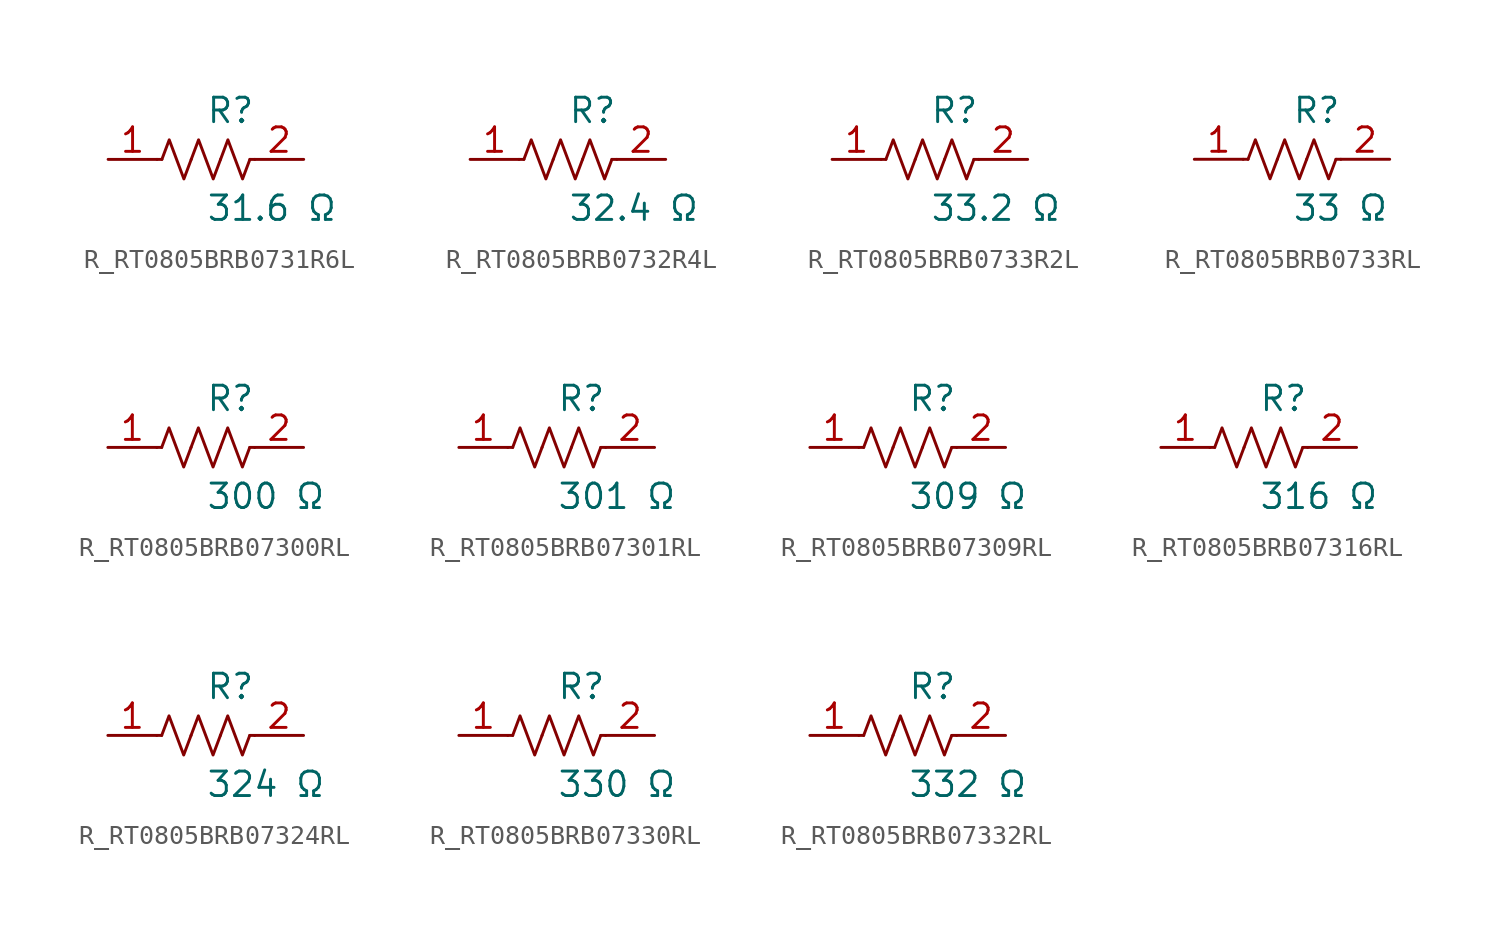
<source format=kicad_sym>
(kicad_symbol_lib
  (version 20231120)
  (generator kicad_symbol_editor)
  (generator_version 8.0)
  (symbol "R_RT0805BRB0731R6L"
    (pin_names
      (offset 0.254))
    (property "Reference" "R"
      (at 0.0 2.54 0)
      (effects (font (size 1.27 1.27)) (justify left)))
    (property "Value" "31.6 Ω"
      (at 0.0 -2.54 0)
      (effects (font (size 1.27 1.27)) (justify left)))
    (symbol "R_RT0805BRB0731R6L_0_1"
      (polyline (pts (xy 2.286 0) (xy 2.54 0)) (stroke (width 0) (type default)) (fill (type none)))
      (polyline (pts (xy -2.286 0) (xy -2.54 0)) (stroke (width 0) (type default)) (fill (type none)))
      (polyline (pts (xy 0.762 0) (xy 1.143 1.016) (xy 1.524 0) (xy 1.905 -1.016) (xy 2.286 0)) (stroke (width 0) (type default)) (fill (type none)))
      (polyline (pts (xy -0.762 0) (xy -0.381 1.016) (xy 0 0) (xy 0.381 -1.016) (xy 0.762 0)) (stroke (width 0) (type default)) (fill (type none)))
      (polyline (pts (xy -2.286 0) (xy -1.905 1.016) (xy -1.524 0) (xy -1.143 -1.016) (xy -0.762 0)) (stroke (width 0) (type default)) (fill (type none))))
    (pin unspecified line
      (at -5.08 0 0)
      (length 2.54)
      (name "" (effects (font (size 1.27 1.27))))
      (number "1" (effects (font (size 1.27 1.27)))))
    (pin unspecified line
      (at 5.08 0 180)
      (length 2.54)
      (name "" (effects (font (size 1.27 1.27))))
      (number "2" (effects (font (size 1.27 1.27))))))
  (symbol "R_RT0805BRB0732R4L"
    (pin_names
      (offset 0.254))
    (property "Reference" "R"
      (at 0.0 2.54 0)
      (effects (font (size 1.27 1.27)) (justify left)))
    (property "Value" "32.4 Ω"
      (at 0.0 -2.54 0)
      (effects (font (size 1.27 1.27)) (justify left)))
    (symbol "R_RT0805BRB0732R4L_0_1"
      (polyline (pts (xy 2.286 0) (xy 2.54 0)) (stroke (width 0) (type default)) (fill (type none)))
      (polyline (pts (xy -2.286 0) (xy -2.54 0)) (stroke (width 0) (type default)) (fill (type none)))
      (polyline (pts (xy 0.762 0) (xy 1.143 1.016) (xy 1.524 0) (xy 1.905 -1.016) (xy 2.286 0)) (stroke (width 0) (type default)) (fill (type none)))
      (polyline (pts (xy -0.762 0) (xy -0.381 1.016) (xy 0 0) (xy 0.381 -1.016) (xy 0.762 0)) (stroke (width 0) (type default)) (fill (type none)))
      (polyline (pts (xy -2.286 0) (xy -1.905 1.016) (xy -1.524 0) (xy -1.143 -1.016) (xy -0.762 0)) (stroke (width 0) (type default)) (fill (type none))))
    (pin unspecified line
      (at -5.08 0 0)
      (length 2.54)
      (name "" (effects (font (size 1.27 1.27))))
      (number "1" (effects (font (size 1.27 1.27)))))
    (pin unspecified line
      (at 5.08 0 180)
      (length 2.54)
      (name "" (effects (font (size 1.27 1.27))))
      (number "2" (effects (font (size 1.27 1.27))))))
  (symbol "R_RT0805BRB0733R2L"
    (pin_names
      (offset 0.254))
    (property "Reference" "R"
      (at 0.0 2.54 0)
      (effects (font (size 1.27 1.27)) (justify left)))
    (property "Value" "33.2 Ω"
      (at 0.0 -2.54 0)
      (effects (font (size 1.27 1.27)) (justify left)))
    (symbol "R_RT0805BRB0733R2L_0_1"
      (polyline (pts (xy 2.286 0) (xy 2.54 0)) (stroke (width 0) (type default)) (fill (type none)))
      (polyline (pts (xy -2.286 0) (xy -2.54 0)) (stroke (width 0) (type default)) (fill (type none)))
      (polyline (pts (xy 0.762 0) (xy 1.143 1.016) (xy 1.524 0) (xy 1.905 -1.016) (xy 2.286 0)) (stroke (width 0) (type default)) (fill (type none)))
      (polyline (pts (xy -0.762 0) (xy -0.381 1.016) (xy 0 0) (xy 0.381 -1.016) (xy 0.762 0)) (stroke (width 0) (type default)) (fill (type none)))
      (polyline (pts (xy -2.286 0) (xy -1.905 1.016) (xy -1.524 0) (xy -1.143 -1.016) (xy -0.762 0)) (stroke (width 0) (type default)) (fill (type none))))
    (pin unspecified line
      (at -5.08 0 0)
      (length 2.54)
      (name "" (effects (font (size 1.27 1.27))))
      (number "1" (effects (font (size 1.27 1.27)))))
    (pin unspecified line
      (at 5.08 0 180)
      (length 2.54)
      (name "" (effects (font (size 1.27 1.27))))
      (number "2" (effects (font (size 1.27 1.27))))))
  (symbol "R_RT0805BRB0733RL"
    (pin_names
      (offset 0.254))
    (property "Reference" "R"
      (at 0.0 2.54 0)
      (effects (font (size 1.27 1.27)) (justify left)))
    (property "Value" "33 Ω"
      (at 0.0 -2.54 0)
      (effects (font (size 1.27 1.27)) (justify left)))
    (symbol "R_RT0805BRB0733RL_0_1"
      (polyline (pts (xy 2.286 0) (xy 2.54 0)) (stroke (width 0) (type default)) (fill (type none)))
      (polyline (pts (xy -2.286 0) (xy -2.54 0)) (stroke (width 0) (type default)) (fill (type none)))
      (polyline (pts (xy 0.762 0) (xy 1.143 1.016) (xy 1.524 0) (xy 1.905 -1.016) (xy 2.286 0)) (stroke (width 0) (type default)) (fill (type none)))
      (polyline (pts (xy -0.762 0) (xy -0.381 1.016) (xy 0 0) (xy 0.381 -1.016) (xy 0.762 0)) (stroke (width 0) (type default)) (fill (type none)))
      (polyline (pts (xy -2.286 0) (xy -1.905 1.016) (xy -1.524 0) (xy -1.143 -1.016) (xy -0.762 0)) (stroke (width 0) (type default)) (fill (type none))))
    (pin unspecified line
      (at -5.08 0 0)
      (length 2.54)
      (name "" (effects (font (size 1.27 1.27))))
      (number "1" (effects (font (size 1.27 1.27)))))
    (pin unspecified line
      (at 5.08 0 180)
      (length 2.54)
      (name "" (effects (font (size 1.27 1.27))))
      (number "2" (effects (font (size 1.27 1.27))))))
  (symbol "R_RT0805BRB07300RL"
    (pin_names
      (offset 0.254))
    (property "Reference" "R"
      (at 0.0 2.54 0)
      (effects (font (size 1.27 1.27)) (justify left)))
    (property "Value" "300 Ω"
      (at 0.0 -2.54 0)
      (effects (font (size 1.27 1.27)) (justify left)))
    (symbol "R_RT0805BRB07300RL_0_1"
      (polyline (pts (xy 2.286 0) (xy 2.54 0)) (stroke (width 0) (type default)) (fill (type none)))
      (polyline (pts (xy -2.286 0) (xy -2.54 0)) (stroke (width 0) (type default)) (fill (type none)))
      (polyline (pts (xy 0.762 0) (xy 1.143 1.016) (xy 1.524 0) (xy 1.905 -1.016) (xy 2.286 0)) (stroke (width 0) (type default)) (fill (type none)))
      (polyline (pts (xy -0.762 0) (xy -0.381 1.016) (xy 0 0) (xy 0.381 -1.016) (xy 0.762 0)) (stroke (width 0) (type default)) (fill (type none)))
      (polyline (pts (xy -2.286 0) (xy -1.905 1.016) (xy -1.524 0) (xy -1.143 -1.016) (xy -0.762 0)) (stroke (width 0) (type default)) (fill (type none))))
    (pin unspecified line
      (at -5.08 0 0)
      (length 2.54)
      (name "" (effects (font (size 1.27 1.27))))
      (number "1" (effects (font (size 1.27 1.27)))))
    (pin unspecified line
      (at 5.08 0 180)
      (length 2.54)
      (name "" (effects (font (size 1.27 1.27))))
      (number "2" (effects (font (size 1.27 1.27))))))
  (symbol "R_RT0805BRB07301RL"
    (pin_names
      (offset 0.254))
    (property "Reference" "R"
      (at 0.0 2.54 0)
      (effects (font (size 1.27 1.27)) (justify left)))
    (property "Value" "301 Ω"
      (at 0.0 -2.54 0)
      (effects (font (size 1.27 1.27)) (justify left)))
    (symbol "R_RT0805BRB07301RL_0_1"
      (polyline (pts (xy 2.286 0) (xy 2.54 0)) (stroke (width 0) (type default)) (fill (type none)))
      (polyline (pts (xy -2.286 0) (xy -2.54 0)) (stroke (width 0) (type default)) (fill (type none)))
      (polyline (pts (xy 0.762 0) (xy 1.143 1.016) (xy 1.524 0) (xy 1.905 -1.016) (xy 2.286 0)) (stroke (width 0) (type default)) (fill (type none)))
      (polyline (pts (xy -0.762 0) (xy -0.381 1.016) (xy 0 0) (xy 0.381 -1.016) (xy 0.762 0)) (stroke (width 0) (type default)) (fill (type none)))
      (polyline (pts (xy -2.286 0) (xy -1.905 1.016) (xy -1.524 0) (xy -1.143 -1.016) (xy -0.762 0)) (stroke (width 0) (type default)) (fill (type none))))
    (pin unspecified line
      (at -5.08 0 0)
      (length 2.54)
      (name "" (effects (font (size 1.27 1.27))))
      (number "1" (effects (font (size 1.27 1.27)))))
    (pin unspecified line
      (at 5.08 0 180)
      (length 2.54)
      (name "" (effects (font (size 1.27 1.27))))
      (number "2" (effects (font (size 1.27 1.27))))))
  (symbol "R_RT0805BRB07309RL"
    (pin_names
      (offset 0.254))
    (property "Reference" "R"
      (at 0.0 2.54 0)
      (effects (font (size 1.27 1.27)) (justify left)))
    (property "Value" "309 Ω"
      (at 0.0 -2.54 0)
      (effects (font (size 1.27 1.27)) (justify left)))
    (symbol "R_RT0805BRB07309RL_0_1"
      (polyline (pts (xy 2.286 0) (xy 2.54 0)) (stroke (width 0) (type default)) (fill (type none)))
      (polyline (pts (xy -2.286 0) (xy -2.54 0)) (stroke (width 0) (type default)) (fill (type none)))
      (polyline (pts (xy 0.762 0) (xy 1.143 1.016) (xy 1.524 0) (xy 1.905 -1.016) (xy 2.286 0)) (stroke (width 0) (type default)) (fill (type none)))
      (polyline (pts (xy -0.762 0) (xy -0.381 1.016) (xy 0 0) (xy 0.381 -1.016) (xy 0.762 0)) (stroke (width 0) (type default)) (fill (type none)))
      (polyline (pts (xy -2.286 0) (xy -1.905 1.016) (xy -1.524 0) (xy -1.143 -1.016) (xy -0.762 0)) (stroke (width 0) (type default)) (fill (type none))))
    (pin unspecified line
      (at -5.08 0 0)
      (length 2.54)
      (name "" (effects (font (size 1.27 1.27))))
      (number "1" (effects (font (size 1.27 1.27)))))
    (pin unspecified line
      (at 5.08 0 180)
      (length 2.54)
      (name "" (effects (font (size 1.27 1.27))))
      (number "2" (effects (font (size 1.27 1.27))))))
  (symbol "R_RT0805BRB07316RL"
    (pin_names
      (offset 0.254))
    (property "Reference" "R"
      (at 0.0 2.54 0)
      (effects (font (size 1.27 1.27)) (justify left)))
    (property "Value" "316 Ω"
      (at 0.0 -2.54 0)
      (effects (font (size 1.27 1.27)) (justify left)))
    (symbol "R_RT0805BRB07316RL_0_1"
      (polyline (pts (xy 2.286 0) (xy 2.54 0)) (stroke (width 0) (type default)) (fill (type none)))
      (polyline (pts (xy -2.286 0) (xy -2.54 0)) (stroke (width 0) (type default)) (fill (type none)))
      (polyline (pts (xy 0.762 0) (xy 1.143 1.016) (xy 1.524 0) (xy 1.905 -1.016) (xy 2.286 0)) (stroke (width 0) (type default)) (fill (type none)))
      (polyline (pts (xy -0.762 0) (xy -0.381 1.016) (xy 0 0) (xy 0.381 -1.016) (xy 0.762 0)) (stroke (width 0) (type default)) (fill (type none)))
      (polyline (pts (xy -2.286 0) (xy -1.905 1.016) (xy -1.524 0) (xy -1.143 -1.016) (xy -0.762 0)) (stroke (width 0) (type default)) (fill (type none))))
    (pin unspecified line
      (at -5.08 0 0)
      (length 2.54)
      (name "" (effects (font (size 1.27 1.27))))
      (number "1" (effects (font (size 1.27 1.27)))))
    (pin unspecified line
      (at 5.08 0 180)
      (length 2.54)
      (name "" (effects (font (size 1.27 1.27))))
      (number "2" (effects (font (size 1.27 1.27))))))
  (symbol "R_RT0805BRB07324RL"
    (pin_names
      (offset 0.254))
    (property "Reference" "R"
      (at 0.0 2.54 0)
      (effects (font (size 1.27 1.27)) (justify left)))
    (property "Value" "324 Ω"
      (at 0.0 -2.54 0)
      (effects (font (size 1.27 1.27)) (justify left)))
    (symbol "R_RT0805BRB07324RL_0_1"
      (polyline (pts (xy 2.286 0) (xy 2.54 0)) (stroke (width 0) (type default)) (fill (type none)))
      (polyline (pts (xy -2.286 0) (xy -2.54 0)) (stroke (width 0) (type default)) (fill (type none)))
      (polyline (pts (xy 0.762 0) (xy 1.143 1.016) (xy 1.524 0) (xy 1.905 -1.016) (xy 2.286 0)) (stroke (width 0) (type default)) (fill (type none)))
      (polyline (pts (xy -0.762 0) (xy -0.381 1.016) (xy 0 0) (xy 0.381 -1.016) (xy 0.762 0)) (stroke (width 0) (type default)) (fill (type none)))
      (polyline (pts (xy -2.286 0) (xy -1.905 1.016) (xy -1.524 0) (xy -1.143 -1.016) (xy -0.762 0)) (stroke (width 0) (type default)) (fill (type none))))
    (pin unspecified line
      (at -5.08 0 0)
      (length 2.54)
      (name "" (effects (font (size 1.27 1.27))))
      (number "1" (effects (font (size 1.27 1.27)))))
    (pin unspecified line
      (at 5.08 0 180)
      (length 2.54)
      (name "" (effects (font (size 1.27 1.27))))
      (number "2" (effects (font (size 1.27 1.27))))))
  (symbol "R_RT0805BRB07330RL"
    (pin_names
      (offset 0.254))
    (property "Reference" "R"
      (at 0.0 2.54 0)
      (effects (font (size 1.27 1.27)) (justify left)))
    (property "Value" "330 Ω"
      (at 0.0 -2.54 0)
      (effects (font (size 1.27 1.27)) (justify left)))
    (symbol "R_RT0805BRB07330RL_0_1"
      (polyline (pts (xy 2.286 0) (xy 2.54 0)) (stroke (width 0) (type default)) (fill (type none)))
      (polyline (pts (xy -2.286 0) (xy -2.54 0)) (stroke (width 0) (type default)) (fill (type none)))
      (polyline (pts (xy 0.762 0) (xy 1.143 1.016) (xy 1.524 0) (xy 1.905 -1.016) (xy 2.286 0)) (stroke (width 0) (type default)) (fill (type none)))
      (polyline (pts (xy -0.762 0) (xy -0.381 1.016) (xy 0 0) (xy 0.381 -1.016) (xy 0.762 0)) (stroke (width 0) (type default)) (fill (type none)))
      (polyline (pts (xy -2.286 0) (xy -1.905 1.016) (xy -1.524 0) (xy -1.143 -1.016) (xy -0.762 0)) (stroke (width 0) (type default)) (fill (type none))))
    (pin unspecified line
      (at -5.08 0 0)
      (length 2.54)
      (name "" (effects (font (size 1.27 1.27))))
      (number "1" (effects (font (size 1.27 1.27)))))
    (pin unspecified line
      (at 5.08 0 180)
      (length 2.54)
      (name "" (effects (font (size 1.27 1.27))))
      (number "2" (effects (font (size 1.27 1.27))))))
  (symbol "R_RT0805BRB07332RL"
    (pin_names
      (offset 0.254))
    (property "Reference" "R"
      (at 0.0 2.54 0)
      (effects (font (size 1.27 1.27)) (justify left)))
    (property "Value" "332 Ω"
      (at 0.0 -2.54 0)
      (effects (font (size 1.27 1.27)) (justify left)))
    (symbol "R_RT0805BRB07332RL_0_1"
      (polyline (pts (xy 2.286 0) (xy 2.54 0)) (stroke (width 0) (type default)) (fill (type none)))
      (polyline (pts (xy -2.286 0) (xy -2.54 0)) (stroke (width 0) (type default)) (fill (type none)))
      (polyline (pts (xy 0.762 0) (xy 1.143 1.016) (xy 1.524 0) (xy 1.905 -1.016) (xy 2.286 0)) (stroke (width 0) (type default)) (fill (type none)))
      (polyline (pts (xy -0.762 0) (xy -0.381 1.016) (xy 0 0) (xy 0.381 -1.016) (xy 0.762 0)) (stroke (width 0) (type default)) (fill (type none)))
      (polyline (pts (xy -2.286 0) (xy -1.905 1.016) (xy -1.524 0) (xy -1.143 -1.016) (xy -0.762 0)) (stroke (width 0) (type default)) (fill (type none))))
    (pin unspecified line
      (at -5.08 0 0)
      (length 2.54)
      (name "" (effects (font (size 1.27 1.27))))
      (number "1" (effects (font (size 1.27 1.27)))))
    (pin unspecified line
      (at 5.08 0 180)
      (length 2.54)
      (name "" (effects (font (size 1.27 1.27))))
      (number "2" (effects (font (size 1.27 1.27)))))))
</source>
